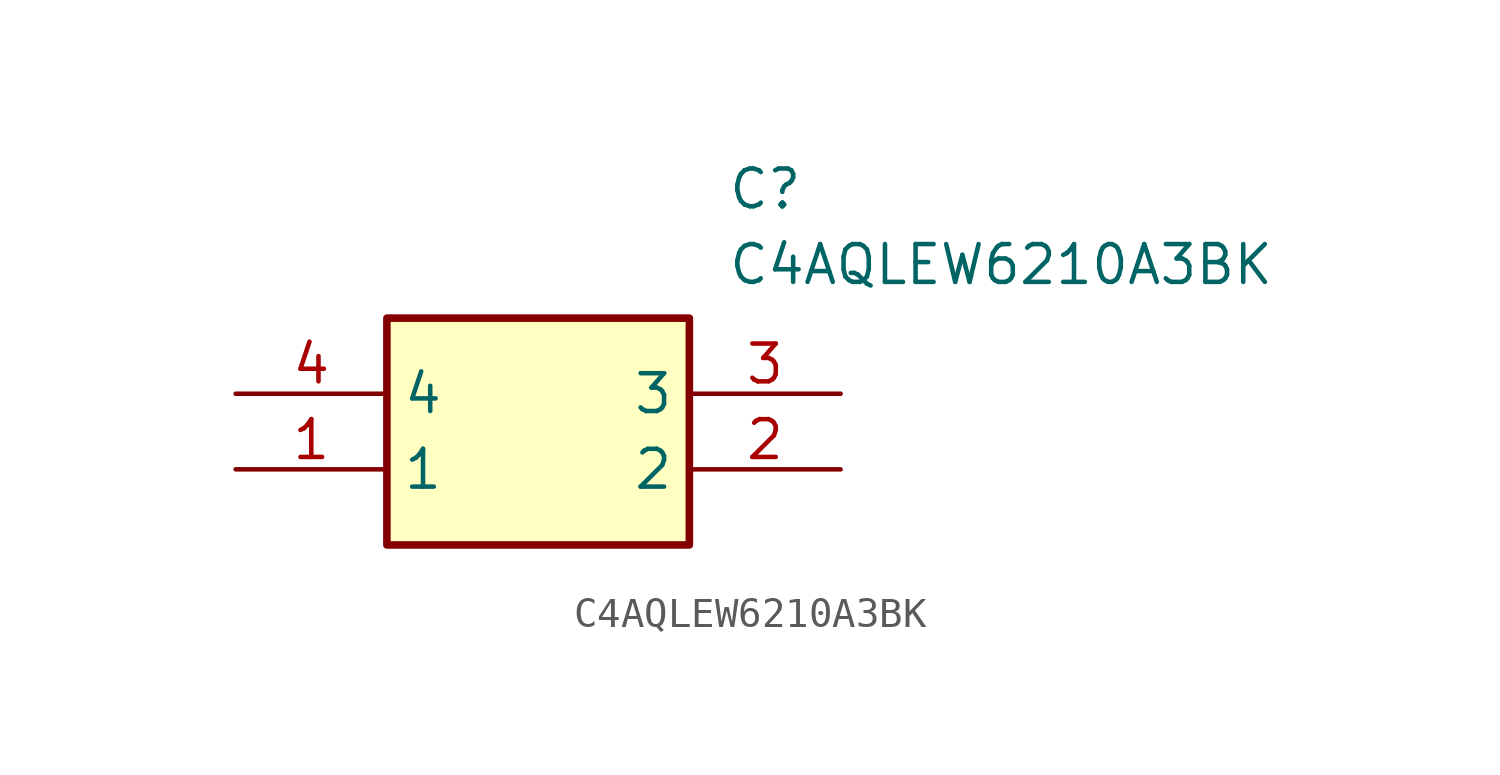
<source format=kicad_sym>
(kicad_symbol_lib
  (version 20211014)
  (generator SamacSys_ECAD_Model)
  (symbol "C4AQLEW6210A3BK"
    (property "Reference" "C"
      (at 16.51 7.62 0)
      (effects (font (size 1.27 1.27)) (justify left top)))
    (property "Value" "C4AQLEW6210A3BK"
      (at 16.51 5.08 0)
      (effects (font (size 1.27 1.27)) (justify left top)))
    (rectangle
      (start 5.08 2.54)
      (end 15.24 -5.08)
      (stroke (width 0.254) (type default))
      (fill (type background)))
    (pin passive line
      (at 0 -2.54 0)
      (length 5.08)
      (name "1" (effects (font (size 1.27 1.27))))
      (number "1" (effects (font (size 1.27 1.27)))))
    (pin passive line
      (at 20.32 -2.54 180)
      (length 5.08)
      (name "2" (effects (font (size 1.27 1.27))))
      (number "2" (effects (font (size 1.27 1.27)))))
    (pin passive line
      (at 20.32 0 180)
      (length 5.08)
      (name "3" (effects (font (size 1.27 1.27))))
      (number "3" (effects (font (size 1.27 1.27)))))
    (pin passive line
      (at 0 0 0)
      (length 5.08)
      (name "4" (effects (font (size 1.27 1.27))))
      (number "4" (effects (font (size 1.27 1.27)))))))
</source>
